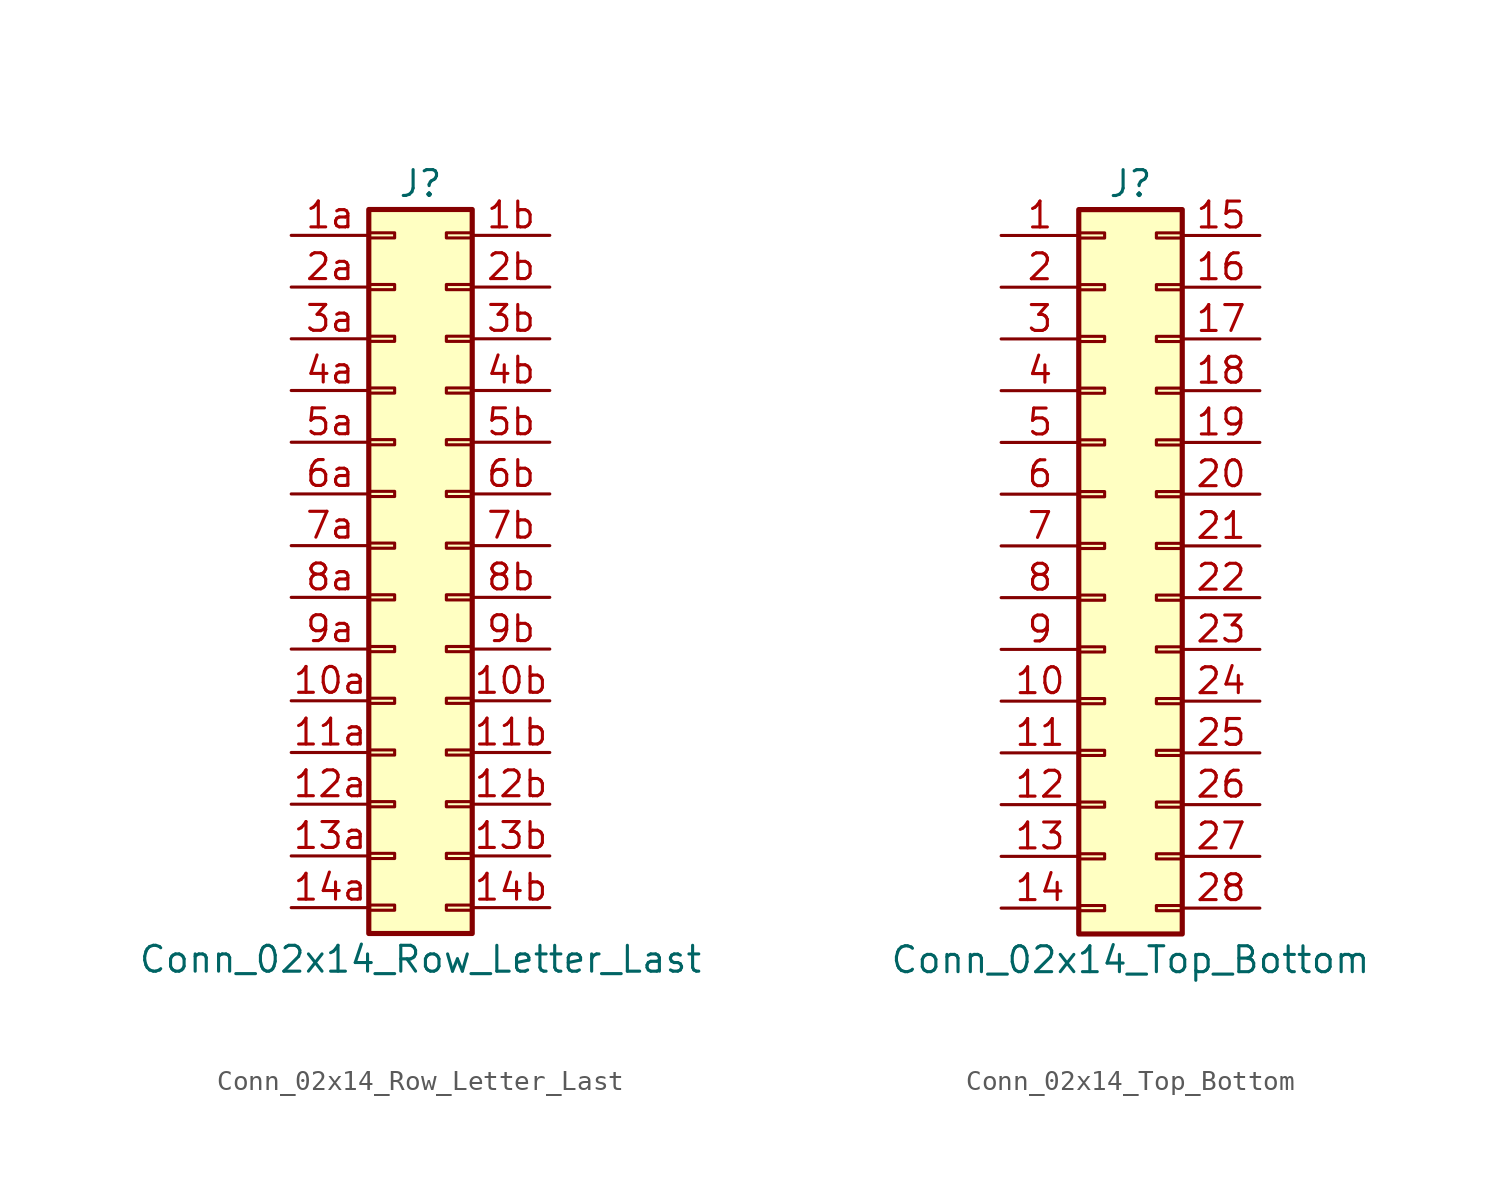
<source format=kicad_sym>
(kicad_symbol_lib
  (version 20220914)
  (generator kicad_symbol_editor)
  (symbol "Conn_02x14_Row_Letter_Last"
    (pin_names
      (offset 1.016) hide)
    (property "Reference" "J"
      (at 1.27 17.78 0)
      (effects (font (size 1.27 1.27))))
    (property "Value" "Conn_02x14_Row_Letter_Last"
      (at 1.27 -20.32 0)
      (effects (font (size 1.27 1.27))))
    (symbol "Conn_02x14_Row_Letter_Last_1_1"
      (rectangle (start -1.27 -17.653) (end 0 -17.907) (stroke (width 0.152) (type solid)) (fill (type none)))
      (rectangle (start -1.27 -15.113) (end 0 -15.367) (stroke (width 0.152) (type solid)) (fill (type none)))
      (rectangle (start -1.27 -12.573) (end 0 -12.827) (stroke (width 0.152) (type solid)) (fill (type none)))
      (rectangle (start -1.27 -10.033) (end 0 -10.287) (stroke (width 0.152) (type solid)) (fill (type none)))
      (rectangle (start -1.27 -7.493) (end 0 -7.747) (stroke (width 0.152) (type solid)) (fill (type none)))
      (rectangle (start -1.27 -4.953) (end 0 -5.207) (stroke (width 0.152) (type solid)) (fill (type none)))
      (rectangle (start -1.27 -2.413) (end 0 -2.667) (stroke (width 0.152) (type solid)) (fill (type none)))
      (rectangle (start -1.27 0.127) (end 0 -0.127) (stroke (width 0.152) (type solid)) (fill (type none)))
      (rectangle (start -1.27 2.667) (end 0 2.413) (stroke (width 0.152) (type solid)) (fill (type none)))
      (rectangle (start -1.27 5.207) (end 0 4.953) (stroke (width 0.152) (type solid)) (fill (type none)))
      (rectangle (start -1.27 7.747) (end 0 7.493) (stroke (width 0.152) (type solid)) (fill (type none)))
      (rectangle (start -1.27 10.287) (end 0 10.033) (stroke (width 0.152) (type solid)) (fill (type none)))
      (rectangle (start -1.27 12.827) (end 0 12.573) (stroke (width 0.152) (type solid)) (fill (type none)))
      (rectangle (start -1.27 15.367) (end 0 15.113) (stroke (width 0.152) (type solid)) (fill (type none)))
      (rectangle (start -1.27 16.51) (end 3.81 -19.05) (stroke (width 0.254) (type solid)) (fill (type background)))
      (rectangle (start 3.81 -17.653) (end 2.54 -17.907) (stroke (width 0.152) (type solid)) (fill (type none)))
      (rectangle (start 3.81 -15.113) (end 2.54 -15.367) (stroke (width 0.152) (type solid)) (fill (type none)))
      (rectangle (start 3.81 -12.573) (end 2.54 -12.827) (stroke (width 0.152) (type solid)) (fill (type none)))
      (rectangle (start 3.81 -10.033) (end 2.54 -10.287) (stroke (width 0.152) (type solid)) (fill (type none)))
      (rectangle (start 3.81 -7.493) (end 2.54 -7.747) (stroke (width 0.152) (type solid)) (fill (type none)))
      (rectangle (start 3.81 -4.953) (end 2.54 -5.207) (stroke (width 0.152) (type solid)) (fill (type none)))
      (rectangle (start 3.81 -2.413) (end 2.54 -2.667) (stroke (width 0.152) (type solid)) (fill (type none)))
      (rectangle (start 3.81 0.127) (end 2.54 -0.127) (stroke (width 0.152) (type solid)) (fill (type none)))
      (rectangle (start 3.81 2.667) (end 2.54 2.413) (stroke (width 0.152) (type solid)) (fill (type none)))
      (rectangle (start 3.81 5.207) (end 2.54 4.953) (stroke (width 0.152) (type solid)) (fill (type none)))
      (rectangle (start 3.81 7.747) (end 2.54 7.493) (stroke (width 0.152) (type solid)) (fill (type none)))
      (rectangle (start 3.81 10.287) (end 2.54 10.033) (stroke (width 0.152) (type solid)) (fill (type none)))
      (rectangle (start 3.81 12.827) (end 2.54 12.573) (stroke (width 0.152) (type solid)) (fill (type none)))
      (rectangle (start 3.81 15.367) (end 2.54 15.113) (stroke (width 0.152) (type solid)) (fill (type none)))
      (pin passive line (at -5.08 -7.62 0) (length 3.81) (name "Pin_10a" (effects (font (size 1.27 1.27)))) (number "10a" (effects (font (size 1.27 1.27)))))
      (pin passive line (at 7.62 -7.62 180) (length 3.81) (name "Pin_10b" (effects (font (size 1.27 1.27)))) (number "10b" (effects (font (size 1.27 1.27)))))
      (pin passive line (at -5.08 -10.16 0) (length 3.81) (name "Pin_11a" (effects (font (size 1.27 1.27)))) (number "11a" (effects (font (size 1.27 1.27)))))
      (pin passive line (at 7.62 -10.16 180) (length 3.81) (name "Pin_11b" (effects (font (size 1.27 1.27)))) (number "11b" (effects (font (size 1.27 1.27)))))
      (pin passive line (at -5.08 -12.7 0) (length 3.81) (name "Pin_12a" (effects (font (size 1.27 1.27)))) (number "12a" (effects (font (size 1.27 1.27)))))
      (pin passive line (at 7.62 -12.7 180) (length 3.81) (name "Pin_12b" (effects (font (size 1.27 1.27)))) (number "12b" (effects (font (size 1.27 1.27)))))
      (pin passive line (at -5.08 -15.24 0) (length 3.81) (name "Pin_13a" (effects (font (size 1.27 1.27)))) (number "13a" (effects (font (size 1.27 1.27)))))
      (pin passive line (at 7.62 -15.24 180) (length 3.81) (name "Pin_13b" (effects (font (size 1.27 1.27)))) (number "13b" (effects (font (size 1.27 1.27)))))
      (pin passive line (at -5.08 -17.78 0) (length 3.81) (name "Pin_14a" (effects (font (size 1.27 1.27)))) (number "14a" (effects (font (size 1.27 1.27)))))
      (pin passive line (at 7.62 -17.78 180) (length 3.81) (name "Pin_14b" (effects (font (size 1.27 1.27)))) (number "14b" (effects (font (size 1.27 1.27)))))
      (pin passive line (at -5.08 15.24 0) (length 3.81) (name "Pin_1a" (effects (font (size 1.27 1.27)))) (number "1a" (effects (font (size 1.27 1.27)))))
      (pin passive line (at 7.62 15.24 180) (length 3.81) (name "Pin_1b" (effects (font (size 1.27 1.27)))) (number "1b" (effects (font (size 1.27 1.27)))))
      (pin passive line (at -5.08 12.7 0) (length 3.81) (name "Pin_2a" (effects (font (size 1.27 1.27)))) (number "2a" (effects (font (size 1.27 1.27)))))
      (pin passive line (at 7.62 12.7 180) (length 3.81) (name "Pin_2b" (effects (font (size 1.27 1.27)))) (number "2b" (effects (font (size 1.27 1.27)))))
      (pin passive line (at -5.08 10.16 0) (length 3.81) (name "Pin_3a" (effects (font (size 1.27 1.27)))) (number "3a" (effects (font (size 1.27 1.27)))))
      (pin passive line (at 7.62 10.16 180) (length 3.81) (name "Pin_3b" (effects (font (size 1.27 1.27)))) (number "3b" (effects (font (size 1.27 1.27)))))
      (pin passive line (at -5.08 7.62 0) (length 3.81) (name "Pin_4a" (effects (font (size 1.27 1.27)))) (number "4a" (effects (font (size 1.27 1.27)))))
      (pin passive line (at 7.62 7.62 180) (length 3.81) (name "Pin_4b" (effects (font (size 1.27 1.27)))) (number "4b" (effects (font (size 1.27 1.27)))))
      (pin passive line (at -5.08 5.08 0) (length 3.81) (name "Pin_5a" (effects (font (size 1.27 1.27)))) (number "5a" (effects (font (size 1.27 1.27)))))
      (pin passive line (at 7.62 5.08 180) (length 3.81) (name "Pin_5b" (effects (font (size 1.27 1.27)))) (number "5b" (effects (font (size 1.27 1.27)))))
      (pin passive line (at -5.08 2.54 0) (length 3.81) (name "Pin_6a" (effects (font (size 1.27 1.27)))) (number "6a" (effects (font (size 1.27 1.27)))))
      (pin passive line (at 7.62 2.54 180) (length 3.81) (name "Pin_6b" (effects (font (size 1.27 1.27)))) (number "6b" (effects (font (size 1.27 1.27)))))
      (pin passive line (at -5.08 0 0) (length 3.81) (name "Pin_7a" (effects (font (size 1.27 1.27)))) (number "7a" (effects (font (size 1.27 1.27)))))
      (pin passive line (at 7.62 0 180) (length 3.81) (name "Pin_7b" (effects (font (size 1.27 1.27)))) (number "7b" (effects (font (size 1.27 1.27)))))
      (pin passive line (at -5.08 -2.54 0) (length 3.81) (name "Pin_8a" (effects (font (size 1.27 1.27)))) (number "8a" (effects (font (size 1.27 1.27)))))
      (pin passive line (at 7.62 -2.54 180) (length 3.81) (name "Pin_8b" (effects (font (size 1.27 1.27)))) (number "8b" (effects (font (size 1.27 1.27)))))
      (pin passive line (at -5.08 -5.08 0) (length 3.81) (name "Pin_9a" (effects (font (size 1.27 1.27)))) (number "9a" (effects (font (size 1.27 1.27)))))
      (pin passive line (at 7.62 -5.08 180) (length 3.81) (name "Pin_9b" (effects (font (size 1.27 1.27)))) (number "9b" (effects (font (size 1.27 1.27)))))))
  (symbol "Conn_02x14_Top_Bottom"
    (pin_names
      (offset 1.016) hide)
    (property "Reference" "J"
      (at 1.27 17.78 0)
      (effects (font (size 1.27 1.27))))
    (property "Value" "Conn_02x14_Top_Bottom"
      (at 1.27 -20.32 0)
      (effects (font (size 1.27 1.27))))
    (symbol "Conn_02x14_Top_Bottom_1_1"
      (rectangle (start -1.27 -17.653) (end 0 -17.907) (stroke (width 0.152) (type solid)) (fill (type none)))
      (rectangle (start -1.27 -15.113) (end 0 -15.367) (stroke (width 0.152) (type solid)) (fill (type none)))
      (rectangle (start -1.27 -12.573) (end 0 -12.827) (stroke (width 0.152) (type solid)) (fill (type none)))
      (rectangle (start -1.27 -10.033) (end 0 -10.287) (stroke (width 0.152) (type solid)) (fill (type none)))
      (rectangle (start -1.27 -7.493) (end 0 -7.747) (stroke (width 0.152) (type solid)) (fill (type none)))
      (rectangle (start -1.27 -4.953) (end 0 -5.207) (stroke (width 0.152) (type solid)) (fill (type none)))
      (rectangle (start -1.27 -2.413) (end 0 -2.667) (stroke (width 0.152) (type solid)) (fill (type none)))
      (rectangle (start -1.27 0.127) (end 0 -0.127) (stroke (width 0.152) (type solid)) (fill (type none)))
      (rectangle (start -1.27 2.667) (end 0 2.413) (stroke (width 0.152) (type solid)) (fill (type none)))
      (rectangle (start -1.27 5.207) (end 0 4.953) (stroke (width 0.152) (type solid)) (fill (type none)))
      (rectangle (start -1.27 7.747) (end 0 7.493) (stroke (width 0.152) (type solid)) (fill (type none)))
      (rectangle (start -1.27 10.287) (end 0 10.033) (stroke (width 0.152) (type solid)) (fill (type none)))
      (rectangle (start -1.27 12.827) (end 0 12.573) (stroke (width 0.152) (type solid)) (fill (type none)))
      (rectangle (start -1.27 15.367) (end 0 15.113) (stroke (width 0.152) (type solid)) (fill (type none)))
      (rectangle (start -1.27 16.51) (end 3.81 -19.05) (stroke (width 0.254) (type solid)) (fill (type background)))
      (rectangle (start 3.81 -17.653) (end 2.54 -17.907) (stroke (width 0.152) (type solid)) (fill (type none)))
      (rectangle (start 3.81 -15.113) (end 2.54 -15.367) (stroke (width 0.152) (type solid)) (fill (type none)))
      (rectangle (start 3.81 -12.573) (end 2.54 -12.827) (stroke (width 0.152) (type solid)) (fill (type none)))
      (rectangle (start 3.81 -10.033) (end 2.54 -10.287) (stroke (width 0.152) (type solid)) (fill (type none)))
      (rectangle (start 3.81 -7.493) (end 2.54 -7.747) (stroke (width 0.152) (type solid)) (fill (type none)))
      (rectangle (start 3.81 -4.953) (end 2.54 -5.207) (stroke (width 0.152) (type solid)) (fill (type none)))
      (rectangle (start 3.81 -2.413) (end 2.54 -2.667) (stroke (width 0.152) (type solid)) (fill (type none)))
      (rectangle (start 3.81 0.127) (end 2.54 -0.127) (stroke (width 0.152) (type solid)) (fill (type none)))
      (rectangle (start 3.81 2.667) (end 2.54 2.413) (stroke (width 0.152) (type solid)) (fill (type none)))
      (rectangle (start 3.81 5.207) (end 2.54 4.953) (stroke (width 0.152) (type solid)) (fill (type none)))
      (rectangle (start 3.81 7.747) (end 2.54 7.493) (stroke (width 0.152) (type solid)) (fill (type none)))
      (rectangle (start 3.81 10.287) (end 2.54 10.033) (stroke (width 0.152) (type solid)) (fill (type none)))
      (rectangle (start 3.81 12.827) (end 2.54 12.573) (stroke (width 0.152) (type solid)) (fill (type none)))
      (rectangle (start 3.81 15.367) (end 2.54 15.113) (stroke (width 0.152) (type solid)) (fill (type none)))
      (pin passive line (at -5.08 15.24 0) (length 3.81) (name "Pin_1" (effects (font (size 1.27 1.27)))) (number "1" (effects (font (size 1.27 1.27)))))
      (pin passive line (at -5.08 -7.62 0) (length 3.81) (name "Pin_10" (effects (font (size 1.27 1.27)))) (number "10" (effects (font (size 1.27 1.27)))))
      (pin passive line (at -5.08 -10.16 0) (length 3.81) (name "Pin_11" (effects (font (size 1.27 1.27)))) (number "11" (effects (font (size 1.27 1.27)))))
      (pin passive line (at -5.08 -12.7 0) (length 3.81) (name "Pin_12" (effects (font (size 1.27 1.27)))) (number "12" (effects (font (size 1.27 1.27)))))
      (pin passive line (at -5.08 -15.24 0) (length 3.81) (name "Pin_13" (effects (font (size 1.27 1.27)))) (number "13" (effects (font (size 1.27 1.27)))))
      (pin passive line (at -5.08 -17.78 0) (length 3.81) (name "Pin_14" (effects (font (size 1.27 1.27)))) (number "14" (effects (font (size 1.27 1.27)))))
      (pin passive line (at 7.62 15.24 180) (length 3.81) (name "Pin_15" (effects (font (size 1.27 1.27)))) (number "15" (effects (font (size 1.27 1.27)))))
      (pin passive line (at 7.62 12.7 180) (length 3.81) (name "Pin_16" (effects (font (size 1.27 1.27)))) (number "16" (effects (font (size 1.27 1.27)))))
      (pin passive line (at 7.62 10.16 180) (length 3.81) (name "Pin_17" (effects (font (size 1.27 1.27)))) (number "17" (effects (font (size 1.27 1.27)))))
      (pin passive line (at 7.62 7.62 180) (length 3.81) (name "Pin_18" (effects (font (size 1.27 1.27)))) (number "18" (effects (font (size 1.27 1.27)))))
      (pin passive line (at 7.62 5.08 180) (length 3.81) (name "Pin_19" (effects (font (size 1.27 1.27)))) (number "19" (effects (font (size 1.27 1.27)))))
      (pin passive line (at -5.08 12.7 0) (length 3.81) (name "Pin_2" (effects (font (size 1.27 1.27)))) (number "2" (effects (font (size 1.27 1.27)))))
      (pin passive line (at 7.62 2.54 180) (length 3.81) (name "Pin_20" (effects (font (size 1.27 1.27)))) (number "20" (effects (font (size 1.27 1.27)))))
      (pin passive line (at 7.62 0 180) (length 3.81) (name "Pin_21" (effects (font (size 1.27 1.27)))) (number "21" (effects (font (size 1.27 1.27)))))
      (pin passive line (at 7.62 -2.54 180) (length 3.81) (name "Pin_22" (effects (font (size 1.27 1.27)))) (number "22" (effects (font (size 1.27 1.27)))))
      (pin passive line (at 7.62 -5.08 180) (length 3.81) (name "Pin_23" (effects (font (size 1.27 1.27)))) (number "23" (effects (font (size 1.27 1.27)))))
      (pin passive line (at 7.62 -7.62 180) (length 3.81) (name "Pin_24" (effects (font (size 1.27 1.27)))) (number "24" (effects (font (size 1.27 1.27)))))
      (pin passive line (at 7.62 -10.16 180) (length 3.81) (name "Pin_25" (effects (font (size 1.27 1.27)))) (number "25" (effects (font (size 1.27 1.27)))))
      (pin passive line (at 7.62 -12.7 180) (length 3.81) (name "Pin_26" (effects (font (size 1.27 1.27)))) (number "26" (effects (font (size 1.27 1.27)))))
      (pin passive line (at 7.62 -15.24 180) (length 3.81) (name "Pin_27" (effects (font (size 1.27 1.27)))) (number "27" (effects (font (size 1.27 1.27)))))
      (pin passive line (at 7.62 -17.78 180) (length 3.81) (name "Pin_28" (effects (font (size 1.27 1.27)))) (number "28" (effects (font (size 1.27 1.27)))))
      (pin passive line (at -5.08 10.16 0) (length 3.81) (name "Pin_3" (effects (font (size 1.27 1.27)))) (number "3" (effects (font (size 1.27 1.27)))))
      (pin passive line (at -5.08 7.62 0) (length 3.81) (name "Pin_4" (effects (font (size 1.27 1.27)))) (number "4" (effects (font (size 1.27 1.27)))))
      (pin passive line (at -5.08 5.08 0) (length 3.81) (name "Pin_5" (effects (font (size 1.27 1.27)))) (number "5" (effects (font (size 1.27 1.27)))))
      (pin passive line (at -5.08 2.54 0) (length 3.81) (name "Pin_6" (effects (font (size 1.27 1.27)))) (number "6" (effects (font (size 1.27 1.27)))))
      (pin passive line (at -5.08 0 0) (length 3.81) (name "Pin_7" (effects (font (size 1.27 1.27)))) (number "7" (effects (font (size 1.27 1.27)))))
      (pin passive line (at -5.08 -2.54 0) (length 3.81) (name "Pin_8" (effects (font (size 1.27 1.27)))) (number "8" (effects (font (size 1.27 1.27)))))
      (pin passive line (at -5.08 -5.08 0) (length 3.81) (name "Pin_9" (effects (font (size 1.27 1.27)))) (number "9" (effects (font (size 1.27 1.27))))))))
</source>
